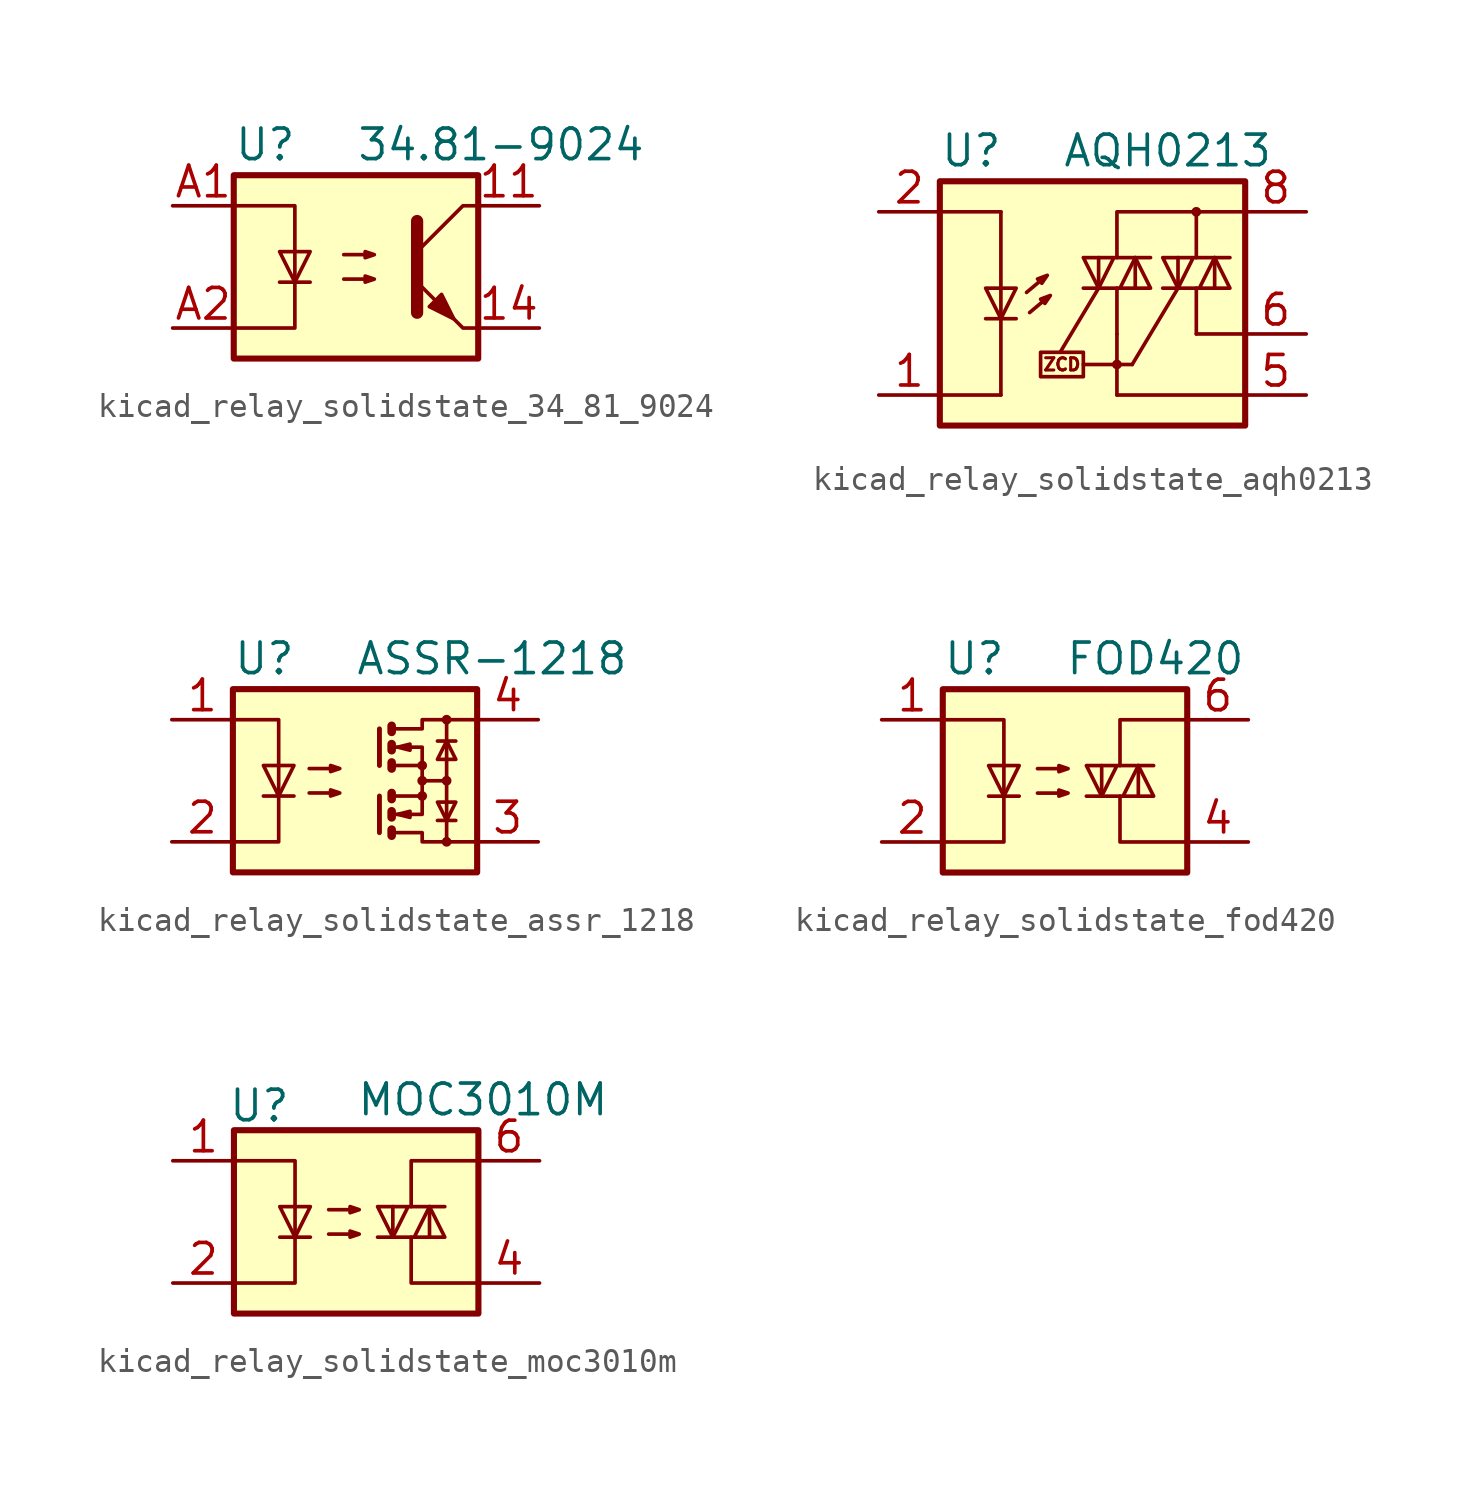
<source format=kicad_sym>
(kicad_symbol_lib
  (version 20220914)
  (generator kicad_symbol_editor)
  (symbol "kicad_relay_solidstate_34_81_9024"
    (property "Reference" "U"
      (at -5.08 5.08 0)
      (effects (font (size 1.27 1.27)) (justify left)))
    (property "Value" "34.81-9024"
      (at 0 5.08 0)
      (effects (font (size 1.27 1.27)) (justify left)))
    (symbol "kicad_relay_solidstate_34_81_9024_0_1"
      (rectangle (start -5.08 3.81) (end 5.08 -3.81) (stroke (width 0.254) (type default)) (fill (type background)))
      (polyline (pts (xy -3.175 -0.635) (xy -1.905 -0.635)) (stroke (width 0) (type default)) (fill (type none)))
      (polyline (pts (xy 2.54 1.905) (xy 2.54 -1.905) (xy 2.54 -1.905)) (stroke (width 0.508) (type default)) (fill (type none)))
      (polyline (pts (xy -5.08 2.54) (xy -2.54 2.54) (xy -2.54 -2.54) (xy -5.08 -2.54)) (stroke (width 0) (type default)) (fill (type none)))
      (polyline (pts (xy -2.54 -0.635) (xy -3.175 0.635) (xy -1.905 0.635) (xy -2.54 -0.635)) (stroke (width 0) (type default)) (fill (type none)))
      (polyline (pts (xy -0.508 -0.508) (xy 0.762 -0.508) (xy 0.381 -0.635) (xy 0.381 -0.381) (xy 0.762 -0.508)) (stroke (width 0) (type default)) (fill (type none)))
      (polyline (pts (xy -0.508 0.508) (xy 0.762 0.508) (xy 0.381 0.381) (xy 0.381 0.635) (xy 0.762 0.508)) (stroke (width 0) (type default)) (fill (type none)))
      (polyline (pts (xy 3.048 -1.651) (xy 3.556 -1.143) (xy 4.064 -2.159) (xy 3.048 -1.651) (xy 3.048 -1.651)) (stroke (width 0) (type default)) (fill (type outline)))
      (polyline (pts (xy 5.08 2.54) (xy 4.445 2.54) (xy 2.54 0.635) (xy 2.54 -0.635) (xy 4.445 -2.54) (xy 5.08 -2.54)) (stroke (width 0) (type default)) (fill (type none))))
    (symbol "kicad_relay_solidstate_34_81_9024_1_1"
      (pin passive line (at 7.62 2.54 180) (length 2.54) (name "~" (effects (font (size 1.27 1.27)))) (number "11" (effects (font (size 1.27 1.27)))))
      (pin passive line (at 7.62 -2.54 180) (length 2.54) (name "~" (effects (font (size 1.27 1.27)))) (number "14" (effects (font (size 1.27 1.27)))))
      (pin passive line (at -7.62 2.54 0) (length 2.54) (name "~" (effects (font (size 1.27 1.27)))) (number "A1" (effects (font (size 1.27 1.27)))))
      (pin passive line (at -7.62 -2.54 0) (length 2.54) (name "~" (effects (font (size 1.27 1.27)))) (number "A2" (effects (font (size 1.27 1.27)))))))
  (symbol "kicad_relay_solidstate_aqh0213"
    (property "Reference" "U"
      (at -7.62 5.08 0)
      (effects (font (size 1.27 1.27)) (justify left)))
    (property "Value" "AQH0213"
      (at -2.54 5.08 0)
      (effects (font (size 1.27 1.27)) (justify left)))
    (symbol "kicad_relay_solidstate_aqh0213_0_0"
      (rectangle (start -3.429 -3.302) (end -1.651 -4.318) (stroke (width 0) (type default)) (fill (type none)))
      (text "ZCD" (at -2.54 -3.81 0) (effects (font (size 0.508 0.508)))))
    (symbol "kicad_relay_solidstate_aqh0213_0_1"
      (rectangle (start -7.62 3.81) (end 5.08 -6.35) (stroke (width 0.254) (type default)) (fill (type background)))
      (polyline (pts (xy -5.715 -1.905) (xy -4.445 -1.905)) (stroke (width 0) (type default)) (fill (type none)))
      (polyline (pts (xy -5.08 -5.08) (xy -7.62 -5.08)) (stroke (width 0) (type default)) (fill (type none)))
      (polyline (pts (xy -5.08 -1.905) (xy -5.08 -5.08)) (stroke (width 0) (type default)) (fill (type none)))
      (polyline (pts (xy -5.08 -0.635) (xy -5.08 -1.905)) (stroke (width 0) (type default)) (fill (type none)))
      (polyline (pts (xy -5.08 -0.635) (xy -5.08 2.54)) (stroke (width 0) (type default)) (fill (type none)))
      (polyline (pts (xy -5.08 2.54) (xy -7.493 2.54)) (stroke (width 0) (type default)) (fill (type none)))
      (polyline (pts (xy -3.251 -1.118) (xy -3.886 -1.651)) (stroke (width 0) (type default)) (fill (type none)))
      (polyline (pts (xy -1.651 -3.81) (xy -0.254 -3.81)) (stroke (width 0) (type default)) (fill (type none)))
      (polyline (pts (xy -1.016 -0.635) (xy -2.616 -3.302)) (stroke (width 0) (type default)) (fill (type none)))
      (polyline (pts (xy -1.016 -0.635) (xy -1.016 0.635)) (stroke (width 0) (type default)) (fill (type none)))
      (polyline (pts (xy -0.254 -3.81) (xy 0.381 -3.81)) (stroke (width 0) (type default)) (fill (type none)))
      (polyline (pts (xy -0.254 -2.54) (xy -0.254 -5.08)) (stroke (width 0) (type default)) (fill (type none)))
      (polyline (pts (xy -0.254 -2.54) (xy -0.254 -0.635)) (stroke (width 0) (type default)) (fill (type none)))
      (polyline (pts (xy 0.381 -3.81) (xy 2.286 -0.635)) (stroke (width 0) (type default)) (fill (type none)))
      (polyline (pts (xy 0.508 0.635) (xy 0.508 -0.635)) (stroke (width 0) (type default)) (fill (type none)))
      (polyline (pts (xy 3.048 -2.54) (xy 5.08 -2.54)) (stroke (width 0) (type default)) (fill (type none)))
      (polyline (pts (xy 3.048 -0.635) (xy 3.048 -2.54)) (stroke (width 0) (type default)) (fill (type none)))
      (polyline (pts (xy 3.048 2.54) (xy 3.048 0.635)) (stroke (width 0) (type default)) (fill (type none)))
      (polyline (pts (xy 5.08 -5.08) (xy -0.254 -5.08)) (stroke (width 0) (type default)) (fill (type none)))
      (polyline (pts (xy 5.08 2.54) (xy 3.048 2.54)) (stroke (width 0) (type default)) (fill (type none)))
      (polyline (pts (xy 3.048 2.54) (xy -0.254 2.54) (xy -0.254 0.635)) (stroke (width 0) (type default)) (fill (type none)))
      (polyline (pts (xy -5.08 -1.905) (xy -5.715 -0.635) (xy -4.445 -0.635) (xy -5.08 -1.905)) (stroke (width 0) (type default)) (fill (type none)))
      (polyline (pts (xy -3.429 -1.092) (xy -3.251 -1.27) (xy -3.023 -0.94) (xy -3.429 -1.092)) (stroke (width 0) (type default)) (fill (type none)))
      (polyline (pts (xy -1.651 -0.635) (xy 1.143 -0.635) (xy 0.508 0.635) (xy -0.127 -0.635)) (stroke (width 0) (type default)) (fill (type none)))
      (polyline (pts (xy 1.143 0.635) (xy -1.651 0.635) (xy -1.016 -0.635) (xy -0.381 0.635)) (stroke (width 0) (type default)) (fill (type none))))
    (symbol "kicad_relay_solidstate_aqh0213_1_1"
      (circle (center -0.254 -3.81) (radius 0.127) (stroke (width 0) (type default)) (fill (type none)))
      (polyline (pts (xy -3.378 -0.279) (xy -4.013 -0.813)) (stroke (width 0) (type default)) (fill (type none)))
      (polyline (pts (xy 2.286 -0.635) (xy 2.286 0.635)) (stroke (width 0) (type default)) (fill (type none)))
      (polyline (pts (xy 3.81 0.635) (xy 3.81 -0.635)) (stroke (width 0) (type default)) (fill (type none)))
      (polyline (pts (xy -3.556 -0.254) (xy -3.378 -0.432) (xy -3.15 -0.102) (xy -3.556 -0.254)) (stroke (width 0) (type default)) (fill (type none)))
      (polyline (pts (xy 1.651 -0.635) (xy 4.445 -0.635) (xy 3.81 0.635) (xy 3.175 -0.635)) (stroke (width 0) (type default)) (fill (type none)))
      (polyline (pts (xy 4.445 0.635) (xy 1.651 0.635) (xy 2.286 -0.635) (xy 2.921 0.635)) (stroke (width 0) (type default)) (fill (type none)))
      (circle (center 3.048 2.54) (radius 0.127) (stroke (width 0) (type default)) (fill (type none)))
      (pin passive line (at -10.16 -5.08 0) (length 2.54) (name "~" (effects (font (size 1.27 1.27)))) (number "1" (effects (font (size 1.27 1.27)))))
      (pin passive line (at -10.16 2.54 0) (length 2.54) (name "~" (effects (font (size 1.27 1.27)))) (number "2" (effects (font (size 1.27 1.27)))))
      (pin passive line (at -10.16 -5.08 0) (length 2.54) hide (name "~" (effects (font (size 1.27 1.27)))) (number "3" (effects (font (size 1.27 1.27)))))
      (pin passive line (at -10.16 -5.08 0) (length 2.54) hide (name "~" (effects (font (size 1.27 1.27)))) (number "4" (effects (font (size 1.27 1.27)))))
      (pin passive line (at 7.62 -5.08 180) (length 2.54) (name "~" (effects (font (size 1.27 1.27)))) (number "5" (effects (font (size 1.27 1.27)))))
      (pin passive line (at 7.62 -2.54 180) (length 2.54) (name "~" (effects (font (size 1.27 1.27)))) (number "6" (effects (font (size 1.27 1.27)))))
      (pin passive line (at 7.62 2.54 180) (length 2.54) (name "~" (effects (font (size 1.27 1.27)))) (number "8" (effects (font (size 1.27 1.27)))))))
  (symbol "kicad_relay_solidstate_assr_1218"
    (property "Reference" "U"
      (at -5.08 5.08 0)
      (effects (font (size 1.27 1.27)) (justify left)))
    (property "Value" "ASSR-1218"
      (at 0 5.08 0)
      (effects (font (size 1.27 1.27)) (justify left)))
    (symbol "kicad_relay_solidstate_assr_1218_0_1"
      (rectangle (start -5.08 3.81) (end 5.08 -3.81) (stroke (width 0.254) (type default)) (fill (type background)))
      (polyline (pts (xy -3.81 -0.635) (xy -2.54 -0.635)) (stroke (width 0) (type default)) (fill (type none)))
      (polyline (pts (xy 1.016 -0.635) (xy 1.016 -2.159)) (stroke (width 0.203) (type default)) (fill (type none)))
      (polyline (pts (xy 1.016 2.159) (xy 1.016 0.635)) (stroke (width 0.203) (type default)) (fill (type none)))
      (polyline (pts (xy 1.524 -0.508) (xy 1.524 -0.762)) (stroke (width 0.356) (type default)) (fill (type none)))
      (polyline (pts (xy 2.794 0) (xy 3.81 0)) (stroke (width 0) (type default)) (fill (type none)))
      (polyline (pts (xy 3.429 -1.651) (xy 4.191 -1.651)) (stroke (width 0) (type default)) (fill (type none)))
      (polyline (pts (xy 3.429 1.651) (xy 4.191 1.651)) (stroke (width 0) (type default)) (fill (type none)))
      (polyline (pts (xy 3.81 -2.54) (xy 3.81 2.54)) (stroke (width 0) (type default)) (fill (type none)))
      (polyline (pts (xy 1.524 -2.032) (xy 1.524 -2.286) (xy 1.524 -2.286)) (stroke (width 0.356) (type default)) (fill (type none)))
      (polyline (pts (xy 1.524 -1.27) (xy 1.524 -1.524) (xy 1.524 -1.524)) (stroke (width 0.356) (type default)) (fill (type none)))
      (polyline (pts (xy 1.524 0.762) (xy 1.524 0.508) (xy 1.524 0.508)) (stroke (width 0.356) (type default)) (fill (type none)))
      (polyline (pts (xy 1.524 1.524) (xy 1.524 1.27) (xy 1.524 1.27)) (stroke (width 0.356) (type default)) (fill (type none)))
      (polyline (pts (xy 1.524 2.286) (xy 1.524 2.032) (xy 1.524 2.032)) (stroke (width 0.356) (type default)) (fill (type none)))
      (polyline (pts (xy 1.651 -1.397) (xy 2.794 -1.397) (xy 2.794 -0.635)) (stroke (width 0) (type default)) (fill (type none)))
      (polyline (pts (xy 1.651 1.397) (xy 2.794 1.397) (xy 2.794 0.635)) (stroke (width 0) (type default)) (fill (type none)))
      (polyline (pts (xy -5.08 2.54) (xy -3.175 2.54) (xy -3.175 -2.54) (xy -5.08 -2.54)) (stroke (width 0) (type default)) (fill (type none)))
      (polyline (pts (xy -3.175 -0.635) (xy -3.81 0.635) (xy -2.54 0.635) (xy -3.175 -0.635)) (stroke (width 0) (type default)) (fill (type none)))
      (polyline (pts (xy 1.651 -2.159) (xy 2.794 -2.159) (xy 2.794 -2.54) (xy 5.08 -2.54)) (stroke (width 0) (type default)) (fill (type none)))
      (polyline (pts (xy 1.651 -0.635) (xy 2.794 -0.635) (xy 2.794 0.635) (xy 1.651 0.635)) (stroke (width 0) (type default)) (fill (type none)))
      (polyline (pts (xy 1.651 2.159) (xy 2.794 2.159) (xy 2.794 2.54) (xy 5.08 2.54)) (stroke (width 0) (type default)) (fill (type none)))
      (polyline (pts (xy 1.778 -1.397) (xy 2.286 -1.27) (xy 2.286 -1.524) (xy 1.778 -1.397)) (stroke (width 0) (type default)) (fill (type none)))
      (polyline (pts (xy 1.778 1.397) (xy 2.286 1.524) (xy 2.286 1.27) (xy 1.778 1.397)) (stroke (width 0) (type default)) (fill (type none)))
      (polyline (pts (xy 3.81 -1.651) (xy 3.429 -0.889) (xy 4.191 -0.889) (xy 3.81 -1.651)) (stroke (width 0) (type default)) (fill (type none)))
      (polyline (pts (xy 3.81 1.651) (xy 3.429 0.889) (xy 4.191 0.889) (xy 3.81 1.651)) (stroke (width 0) (type default)) (fill (type none)))
      (polyline (pts (xy -1.905 -0.508) (xy -0.635 -0.508) (xy -1.016 -0.635) (xy -1.016 -0.381) (xy -0.635 -0.508)) (stroke (width 0) (type default)) (fill (type none)))
      (polyline (pts (xy -1.905 0.508) (xy -0.635 0.508) (xy -1.016 0.381) (xy -1.016 0.635) (xy -0.635 0.508)) (stroke (width 0) (type default)) (fill (type none)))
      (circle (center 2.794 -0.635) (radius 0.127) (stroke (width 0) (type default)) (fill (type none)))
      (circle (center 2.794 0) (radius 0.127) (stroke (width 0) (type default)) (fill (type none)))
      (circle (center 2.794 0.635) (radius 0.127) (stroke (width 0) (type default)) (fill (type none)))
      (circle (center 3.81 -2.54) (radius 0.127) (stroke (width 0) (type default)) (fill (type none)))
      (circle (center 3.81 0) (radius 0.127) (stroke (width 0) (type default)) (fill (type none)))
      (circle (center 3.81 2.54) (radius 0.127) (stroke (width 0) (type default)) (fill (type none))))
    (symbol "kicad_relay_solidstate_assr_1218_1_1"
      (pin passive line (at -7.62 2.54 0) (length 2.54) (name "~" (effects (font (size 1.27 1.27)))) (number "1" (effects (font (size 1.27 1.27)))))
      (pin passive line (at -7.62 -2.54 0) (length 2.54) (name "~" (effects (font (size 1.27 1.27)))) (number "2" (effects (font (size 1.27 1.27)))))
      (pin passive line (at 7.62 -2.54 180) (length 2.54) (name "~" (effects (font (size 1.27 1.27)))) (number "3" (effects (font (size 1.27 1.27)))))
      (pin passive line (at 7.62 2.54 180) (length 2.54) (name "~" (effects (font (size 1.27 1.27)))) (number "4" (effects (font (size 1.27 1.27)))))))
  (symbol "kicad_relay_solidstate_fod420"
    (property "Reference" "U"
      (at -5.08 5.08 0)
      (effects (font (size 1.27 1.27)) (justify left)))
    (property "Value" "FOD420"
      (at 0 5.08 0)
      (effects (font (size 1.27 1.27)) (justify left)))
    (symbol "kicad_relay_solidstate_fod420_0_1"
      (rectangle (start -5.08 3.81) (end 5.08 -3.81) (stroke (width 0.254) (type default)) (fill (type background)))
      (polyline (pts (xy -3.175 -0.635) (xy -1.905 -0.635)) (stroke (width 0) (type default)) (fill (type none)))
      (polyline (pts (xy 1.524 -0.635) (xy 1.524 0.635)) (stroke (width 0) (type default)) (fill (type none)))
      (polyline (pts (xy 3.048 0.635) (xy 3.048 -0.635)) (stroke (width 0) (type default)) (fill (type none)))
      (polyline (pts (xy 2.286 -0.635) (xy 2.286 -2.54) (xy 5.08 -2.54)) (stroke (width 0) (type default)) (fill (type none)))
      (polyline (pts (xy 2.286 0.635) (xy 2.286 2.54) (xy 5.08 2.54)) (stroke (width 0) (type default)) (fill (type none)))
      (polyline (pts (xy -5.08 2.54) (xy -2.54 2.54) (xy -2.54 -2.54) (xy -5.08 -2.54)) (stroke (width 0) (type default)) (fill (type none)))
      (polyline (pts (xy -2.54 -0.635) (xy -3.175 0.635) (xy -1.905 0.635) (xy -2.54 -0.635)) (stroke (width 0) (type default)) (fill (type none)))
      (polyline (pts (xy 0.889 -0.635) (xy 3.683 -0.635) (xy 3.048 0.635) (xy 2.413 -0.635)) (stroke (width 0) (type default)) (fill (type none)))
      (polyline (pts (xy 3.683 0.635) (xy 0.889 0.635) (xy 1.524 -0.635) (xy 2.159 0.635)) (stroke (width 0) (type default)) (fill (type none)))
      (polyline (pts (xy -1.143 -0.508) (xy 0.127 -0.508) (xy -0.254 -0.635) (xy -0.254 -0.381) (xy 0.127 -0.508)) (stroke (width 0) (type default)) (fill (type none)))
      (polyline (pts (xy -1.143 0.508) (xy 0.127 0.508) (xy -0.254 0.381) (xy -0.254 0.635) (xy 0.127 0.508)) (stroke (width 0) (type default)) (fill (type none))))
    (symbol "kicad_relay_solidstate_fod420_1_1"
      (pin passive line (at -7.62 2.54 0) (length 2.54) (name "~" (effects (font (size 1.27 1.27)))) (number "1" (effects (font (size 1.27 1.27)))))
      (pin passive line (at -7.62 -2.54 0) (length 2.54) (name "~" (effects (font (size 1.27 1.27)))) (number "2" (effects (font (size 1.27 1.27)))))
      (pin no_connect line (at -5.08 0 0) (length 2.54) hide (name "NC" (effects (font (size 1.27 1.27)))) (number "3" (effects (font (size 1.27 1.27)))))
      (pin passive line (at 7.62 -2.54 180) (length 2.54) (name "~" (effects (font (size 1.27 1.27)))) (number "4" (effects (font (size 1.27 1.27)))))
      (pin no_connect line (at 5.08 0 180) (length 2.54) hide (name "NC" (effects (font (size 1.27 1.27)))) (number "5" (effects (font (size 1.27 1.27)))))
      (pin passive line (at 7.62 2.54 180) (length 2.54) (name "~" (effects (font (size 1.27 1.27)))) (number "6" (effects (font (size 1.27 1.27)))))))
  (symbol "kicad_relay_solidstate_moc3010m"
    (property "Reference" "U"
      (at -5.334 4.826 0)
      (effects (font (size 1.27 1.27)) (justify left)))
    (property "Value" "MOC3010M"
      (at 0 5.08 0)
      (effects (font (size 1.27 1.27)) (justify left)))
    (symbol "kicad_relay_solidstate_moc3010m_0_1"
      (rectangle (start -5.08 3.81) (end 5.08 -3.81) (stroke (width 0.254) (type default)) (fill (type background)))
      (polyline (pts (xy -3.175 -0.635) (xy -1.905 -0.635)) (stroke (width 0) (type default)) (fill (type none)))
      (polyline (pts (xy 1.524 -0.635) (xy 1.524 0.635)) (stroke (width 0) (type default)) (fill (type none)))
      (polyline (pts (xy 3.048 0.635) (xy 3.048 -0.635)) (stroke (width 0) (type default)) (fill (type none)))
      (polyline (pts (xy 2.286 -0.635) (xy 2.286 -2.54) (xy 5.08 -2.54)) (stroke (width 0) (type default)) (fill (type none)))
      (polyline (pts (xy 2.286 0.635) (xy 2.286 2.54) (xy 5.08 2.54)) (stroke (width 0) (type default)) (fill (type none)))
      (polyline (pts (xy -5.08 2.54) (xy -2.54 2.54) (xy -2.54 -2.54) (xy -5.08 -2.54)) (stroke (width 0) (type default)) (fill (type none)))
      (polyline (pts (xy -2.54 -0.635) (xy -3.175 0.635) (xy -1.905 0.635) (xy -2.54 -0.635)) (stroke (width 0) (type default)) (fill (type none)))
      (polyline (pts (xy 0.889 -0.635) (xy 3.683 -0.635) (xy 3.048 0.635) (xy 2.413 -0.635)) (stroke (width 0) (type default)) (fill (type none)))
      (polyline (pts (xy 3.683 0.635) (xy 0.889 0.635) (xy 1.524 -0.635) (xy 2.159 0.635)) (stroke (width 0) (type default)) (fill (type none)))
      (polyline (pts (xy -1.143 -0.508) (xy 0.127 -0.508) (xy -0.254 -0.635) (xy -0.254 -0.381) (xy 0.127 -0.508)) (stroke (width 0) (type default)) (fill (type none)))
      (polyline (pts (xy -1.143 0.508) (xy 0.127 0.508) (xy -0.254 0.381) (xy -0.254 0.635) (xy 0.127 0.508)) (stroke (width 0) (type default)) (fill (type none))))
    (symbol "kicad_relay_solidstate_moc3010m_1_1"
      (pin passive line (at -7.62 2.54 0) (length 2.54) (name "~" (effects (font (size 1.27 1.27)))) (number "1" (effects (font (size 1.27 1.27)))))
      (pin passive line (at -7.62 -2.54 0) (length 2.54) (name "~" (effects (font (size 1.27 1.27)))) (number "2" (effects (font (size 1.27 1.27)))))
      (pin no_connect line (at -5.08 0 0) (length 2.54) hide (name "NC" (effects (font (size 1.27 1.27)))) (number "3" (effects (font (size 1.27 1.27)))))
      (pin passive line (at 7.62 -2.54 180) (length 2.54) (name "~" (effects (font (size 1.27 1.27)))) (number "4" (effects (font (size 1.27 1.27)))))
      (pin no_connect line (at 5.08 0 180) (length 2.54) hide (name "NC" (effects (font (size 1.27 1.27)))) (number "5" (effects (font (size 1.27 1.27)))))
      (pin passive line (at 7.62 2.54 180) (length 2.54) (name "~" (effects (font (size 1.27 1.27)))) (number "6" (effects (font (size 1.27 1.27))))))))
</source>
